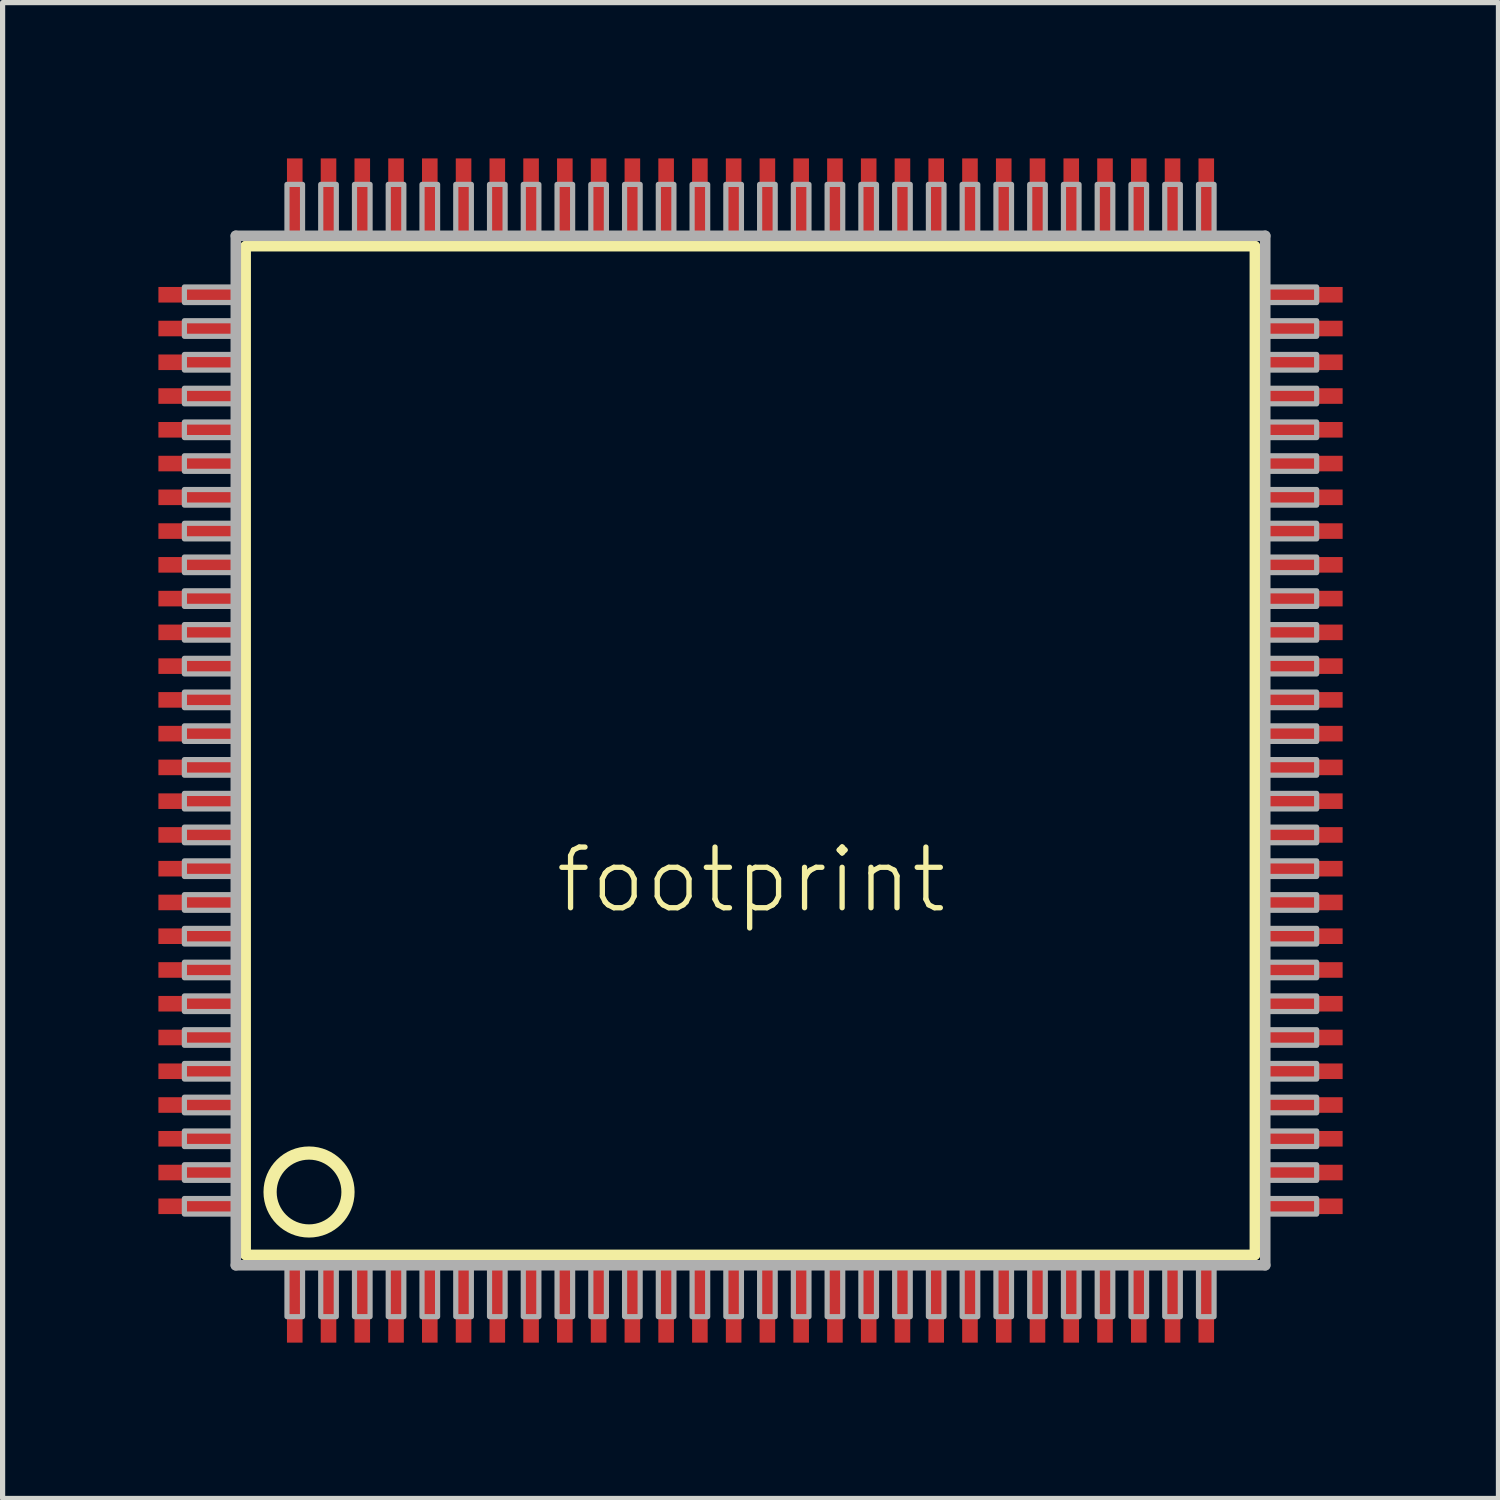
<source format=kicad_pcb>
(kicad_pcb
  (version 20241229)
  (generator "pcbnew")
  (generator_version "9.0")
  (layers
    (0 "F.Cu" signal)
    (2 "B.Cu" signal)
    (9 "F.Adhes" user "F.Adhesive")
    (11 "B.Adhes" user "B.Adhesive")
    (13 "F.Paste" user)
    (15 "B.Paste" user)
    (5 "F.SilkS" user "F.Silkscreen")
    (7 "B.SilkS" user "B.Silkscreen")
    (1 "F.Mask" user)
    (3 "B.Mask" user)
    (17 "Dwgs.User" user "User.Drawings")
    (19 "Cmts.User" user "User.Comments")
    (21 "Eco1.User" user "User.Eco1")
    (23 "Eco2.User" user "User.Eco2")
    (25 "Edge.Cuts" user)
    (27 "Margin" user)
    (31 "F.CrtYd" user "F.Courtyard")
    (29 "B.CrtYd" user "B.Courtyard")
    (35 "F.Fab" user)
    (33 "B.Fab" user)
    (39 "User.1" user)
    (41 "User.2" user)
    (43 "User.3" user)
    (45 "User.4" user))
  (footprint "footprint"
    (layer "F.Cu")
    (at 11.4 11.4)
    (property "Reference" "footprint" (at -3.81 3.175 0) (layer "F.SilkS") (effects (font (size 1.168 1.168) (thickness 0.102)) (justify left bottom)))
    (fp_line (start -9.72 -9.71) (end 9.71 -9.71) (stroke (width 0.203) (type solid)) (layer "F.SilkS"))
    (fp_line (start -9.72 9.71) (end -9.72 -9.71) (stroke (width 0.203) (type solid)) (layer "F.SilkS"))
    (fp_line (start 9.71 -9.71) (end 9.71 9.71) (stroke (width 0.203) (type solid)) (layer "F.SilkS"))
    (fp_line (start 9.71 9.71) (end -9.72 9.71) (stroke (width 0.203) (type solid)) (layer "F.SilkS"))
    (fp_circle (center -8.5 8.5) (end -7.75 8.5) (stroke (width 0.254) (type solid)) (fill no) (layer "F.SilkS"))
    (fp_line (start -9.91 -9.91) (end -9.91 9.91) (stroke (width 0.203) (type solid)) (layer "F.Fab"))
    (fp_line (start -9.91 9.91) (end 9.91 9.91) (stroke (width 0.203) (type solid)) (layer "F.Fab"))
    (fp_line (start 9.91 -9.91) (end -9.91 -9.91) (stroke (width 0.203) (type solid)) (layer "F.Fab"))
    (fp_line (start 9.91 9.91) (end 9.91 -9.91) (stroke (width 0.203) (type solid)) (layer "F.Fab"))
    (fp_poly (pts (xy -10.9 -8.925) (xy -10.9 -8.625) (xy -9.95 -8.625) (xy -9.95 -8.925)) (stroke (width 0.1) (type solid)) (fill no) (layer "F.Fab"))
    (fp_poly (pts (xy -10.9 -8.275) (xy -10.9 -7.975) (xy -9.95 -7.975) (xy -9.95 -8.275)) (stroke (width 0.1) (type solid)) (fill no) (layer "F.Fab"))
    (fp_poly (pts (xy -10.9 -7.625) (xy -10.9 -7.325) (xy -9.95 -7.325) (xy -9.95 -7.625)) (stroke (width 0.1) (type solid)) (fill no) (layer "F.Fab"))
    (fp_poly (pts (xy -10.9 -6.975) (xy -10.9 -6.675) (xy -9.95 -6.675) (xy -9.95 -6.975)) (stroke (width 0.1) (type solid)) (fill no) (layer "F.Fab"))
    (fp_poly (pts (xy -10.9 -6.325) (xy -10.9 -6.025) (xy -9.95 -6.025) (xy -9.95 -6.325)) (stroke (width 0.1) (type solid)) (fill no) (layer "F.Fab"))
    (fp_poly (pts (xy -10.9 -5.675) (xy -10.9 -5.375) (xy -9.95 -5.375) (xy -9.95 -5.675)) (stroke (width 0.1) (type solid)) (fill no) (layer "F.Fab"))
    (fp_poly (pts (xy -10.9 -5.025) (xy -10.9 -4.725) (xy -9.95 -4.725) (xy -9.95 -5.025)) (stroke (width 0.1) (type solid)) (fill no) (layer "F.Fab"))
    (fp_poly (pts (xy -10.9 -4.375) (xy -10.9 -4.075) (xy -9.95 -4.075) (xy -9.95 -4.375)) (stroke (width 0.1) (type solid)) (fill no) (layer "F.Fab"))
    (fp_poly (pts (xy -10.9 -3.725) (xy -10.9 -3.425) (xy -9.95 -3.425) (xy -9.95 -3.725)) (stroke (width 0.1) (type solid)) (fill no) (layer "F.Fab"))
    (fp_poly (pts (xy -10.9 -3.075) (xy -10.9 -2.775) (xy -9.95 -2.775) (xy -9.95 -3.075)) (stroke (width 0.1) (type solid)) (fill no) (layer "F.Fab"))
    (fp_poly (pts (xy -10.9 -2.425) (xy -10.9 -2.125) (xy -9.95 -2.125) (xy -9.95 -2.425)) (stroke (width 0.1) (type solid)) (fill no) (layer "F.Fab"))
    (fp_poly (pts (xy -10.9 -1.775) (xy -10.9 -1.475) (xy -9.95 -1.475) (xy -9.95 -1.775)) (stroke (width 0.1) (type solid)) (fill no) (layer "F.Fab"))
    (fp_poly (pts (xy -10.9 -1.125) (xy -10.9 -0.825) (xy -9.95 -0.825) (xy -9.95 -1.125)) (stroke (width 0.1) (type solid)) (fill no) (layer "F.Fab"))
    (fp_poly (pts (xy -10.9 -0.475) (xy -10.9 -0.175) (xy -9.95 -0.175) (xy -9.95 -0.475)) (stroke (width 0.1) (type solid)) (fill no) (layer "F.Fab"))
    (fp_poly (pts (xy -10.9 0.175) (xy -10.9 0.475) (xy -9.95 0.475) (xy -9.95 0.175)) (stroke (width 0.1) (type solid)) (fill no) (layer "F.Fab"))
    (fp_poly (pts (xy -10.9 0.825) (xy -10.9 1.125) (xy -9.95 1.125) (xy -9.95 0.825)) (stroke (width 0.1) (type solid)) (fill no) (layer "F.Fab"))
    (fp_poly (pts (xy -10.9 1.475) (xy -10.9 1.775) (xy -9.95 1.775) (xy -9.95 1.475)) (stroke (width 0.1) (type solid)) (fill no) (layer "F.Fab"))
    (fp_poly (pts (xy -10.9 2.125) (xy -10.9 2.425) (xy -9.95 2.425) (xy -9.95 2.125)) (stroke (width 0.1) (type solid)) (fill no) (layer "F.Fab"))
    (fp_poly (pts (xy -10.9 2.775) (xy -10.9 3.075) (xy -9.95 3.075) (xy -9.95 2.775)) (stroke (width 0.1) (type solid)) (fill no) (layer "F.Fab"))
    (fp_poly (pts (xy -10.9 3.425) (xy -10.9 3.725) (xy -9.95 3.725) (xy -9.95 3.425)) (stroke (width 0.1) (type solid)) (fill no) (layer "F.Fab"))
    (fp_poly (pts (xy -10.9 4.075) (xy -10.9 4.375) (xy -9.95 4.375) (xy -9.95 4.075)) (stroke (width 0.1) (type solid)) (fill no) (layer "F.Fab"))
    (fp_poly (pts (xy -10.9 4.725) (xy -10.9 5.025) (xy -9.95 5.025) (xy -9.95 4.725)) (stroke (width 0.1) (type solid)) (fill no) (layer "F.Fab"))
    (fp_poly (pts (xy -10.9 5.375) (xy -10.9 5.675) (xy -9.95 5.675) (xy -9.95 5.375)) (stroke (width 0.1) (type solid)) (fill no) (layer "F.Fab"))
    (fp_poly (pts (xy -10.9 6.025) (xy -10.9 6.325) (xy -9.95 6.325) (xy -9.95 6.025)) (stroke (width 0.1) (type solid)) (fill no) (layer "F.Fab"))
    (fp_poly (pts (xy -10.9 6.675) (xy -10.9 6.975) (xy -9.95 6.975) (xy -9.95 6.675)) (stroke (width 0.1) (type solid)) (fill no) (layer "F.Fab"))
    (fp_poly (pts (xy -10.9 7.325) (xy -10.9 7.625) (xy -9.95 7.625) (xy -9.95 7.325)) (stroke (width 0.1) (type solid)) (fill no) (layer "F.Fab"))
    (fp_poly (pts (xy -10.9 7.975) (xy -10.9 8.275) (xy -9.95 8.275) (xy -9.95 7.975)) (stroke (width 0.1) (type solid)) (fill no) (layer "F.Fab"))
    (fp_poly (pts (xy -10.9 8.625) (xy -10.9 8.925) (xy -9.95 8.925) (xy -9.95 8.625)) (stroke (width 0.1) (type solid)) (fill no) (layer "F.Fab"))
    (fp_poly (pts (xy -8.925 10.9) (xy -8.625 10.9) (xy -8.625 9.95) (xy -8.925 9.95)) (stroke (width 0.1) (type solid)) (fill no) (layer "F.Fab"))
    (fp_poly (pts (xy -8.625 -10.9) (xy -8.925 -10.9) (xy -8.925 -9.95) (xy -8.625 -9.95)) (stroke (width 0.1) (type solid)) (fill no) (layer "F.Fab"))
    (fp_poly (pts (xy -8.275 10.9) (xy -7.975 10.9) (xy -7.975 9.95) (xy -8.275 9.95)) (stroke (width 0.1) (type solid)) (fill no) (layer "F.Fab"))
    (fp_poly (pts (xy -7.975 -10.9) (xy -8.275 -10.9) (xy -8.275 -9.95) (xy -7.975 -9.95)) (stroke (width 0.1) (type solid)) (fill no) (layer "F.Fab"))
    (fp_poly (pts (xy -7.625 10.9) (xy -7.325 10.9) (xy -7.325 9.95) (xy -7.625 9.95)) (stroke (width 0.1) (type solid)) (fill no) (layer "F.Fab"))
    (fp_poly (pts (xy -7.325 -10.9) (xy -7.625 -10.9) (xy -7.625 -9.95) (xy -7.325 -9.95)) (stroke (width 0.1) (type solid)) (fill no) (layer "F.Fab"))
    (fp_poly (pts (xy -6.975 10.9) (xy -6.675 10.9) (xy -6.675 9.95) (xy -6.975 9.95)) (stroke (width 0.1) (type solid)) (fill no) (layer "F.Fab"))
    (fp_poly (pts (xy -6.675 -10.9) (xy -6.975 -10.9) (xy -6.975 -9.95) (xy -6.675 -9.95)) (stroke (width 0.1) (type solid)) (fill no) (layer "F.Fab"))
    (fp_poly (pts (xy -6.325 10.9) (xy -6.025 10.9) (xy -6.025 9.95) (xy -6.325 9.95)) (stroke (width 0.1) (type solid)) (fill no) (layer "F.Fab"))
    (fp_poly (pts (xy -6.025 -10.9) (xy -6.325 -10.9) (xy -6.325 -9.95) (xy -6.025 -9.95)) (stroke (width 0.1) (type solid)) (fill no) (layer "F.Fab"))
    (fp_poly (pts (xy -5.675 10.9) (xy -5.375 10.9) (xy -5.375 9.95) (xy -5.675 9.95)) (stroke (width 0.1) (type solid)) (fill no) (layer "F.Fab"))
    (fp_poly (pts (xy -5.375 -10.9) (xy -5.675 -10.9) (xy -5.675 -9.95) (xy -5.375 -9.95)) (stroke (width 0.1) (type solid)) (fill no) (layer "F.Fab"))
    (fp_poly (pts (xy -5.025 10.9) (xy -4.725 10.9) (xy -4.725 9.95) (xy -5.025 9.95)) (stroke (width 0.1) (type solid)) (fill no) (layer "F.Fab"))
    (fp_poly (pts (xy -4.725 -10.9) (xy -5.025 -10.9) (xy -5.025 -9.95) (xy -4.725 -9.95)) (stroke (width 0.1) (type solid)) (fill no) (layer "F.Fab"))
    (fp_poly (pts (xy -4.375 10.9) (xy -4.075 10.9) (xy -4.075 9.95) (xy -4.375 9.95)) (stroke (width 0.1) (type solid)) (fill no) (layer "F.Fab"))
    (fp_poly (pts (xy -4.075 -10.9) (xy -4.375 -10.9) (xy -4.375 -9.95) (xy -4.075 -9.95)) (stroke (width 0.1) (type solid)) (fill no) (layer "F.Fab"))
    (fp_poly (pts (xy -3.725 10.9) (xy -3.425 10.9) (xy -3.425 9.95) (xy -3.725 9.95)) (stroke (width 0.1) (type solid)) (fill no) (layer "F.Fab"))
    (fp_poly (pts (xy -3.425 -10.9) (xy -3.725 -10.9) (xy -3.725 -9.95) (xy -3.425 -9.95)) (stroke (width 0.1) (type solid)) (fill no) (layer "F.Fab"))
    (fp_poly (pts (xy -3.075 10.9) (xy -2.775 10.9) (xy -2.775 9.95) (xy -3.075 9.95)) (stroke (width 0.1) (type solid)) (fill no) (layer "F.Fab"))
    (fp_poly (pts (xy -2.775 -10.9) (xy -3.075 -10.9) (xy -3.075 -9.95) (xy -2.775 -9.95)) (stroke (width 0.1) (type solid)) (fill no) (layer "F.Fab"))
    (fp_poly (pts (xy -2.425 10.9) (xy -2.125 10.9) (xy -2.125 9.95) (xy -2.425 9.95)) (stroke (width 0.1) (type solid)) (fill no) (layer "F.Fab"))
    (fp_poly (pts (xy -2.125 -10.9) (xy -2.425 -10.9) (xy -2.425 -9.95) (xy -2.125 -9.95)) (stroke (width 0.1) (type solid)) (fill no) (layer "F.Fab"))
    (fp_poly (pts (xy -1.775 10.9) (xy -1.475 10.9) (xy -1.475 9.95) (xy -1.775 9.95)) (stroke (width 0.1) (type solid)) (fill no) (layer "F.Fab"))
    (fp_poly (pts (xy -1.475 -10.9) (xy -1.775 -10.9) (xy -1.775 -9.95) (xy -1.475 -9.95)) (stroke (width 0.1) (type solid)) (fill no) (layer "F.Fab"))
    (fp_poly (pts (xy -1.125 10.9) (xy -0.825 10.9) (xy -0.825 9.95) (xy -1.125 9.95)) (stroke (width 0.1) (type solid)) (fill no) (layer "F.Fab"))
    (fp_poly (pts (xy -0.825 -10.9) (xy -1.125 -10.9) (xy -1.125 -9.95) (xy -0.825 -9.95)) (stroke (width 0.1) (type solid)) (fill no) (layer "F.Fab"))
    (fp_poly (pts (xy -0.475 10.9) (xy -0.175 10.9) (xy -0.175 9.95) (xy -0.475 9.95)) (stroke (width 0.1) (type solid)) (fill no) (layer "F.Fab"))
    (fp_poly (pts (xy -0.175 -10.9) (xy -0.475 -10.9) (xy -0.475 -9.95) (xy -0.175 -9.95)) (stroke (width 0.1) (type solid)) (fill no) (layer "F.Fab"))
    (fp_poly (pts (xy 0.175 10.9) (xy 0.475 10.9) (xy 0.475 9.95) (xy 0.175 9.95)) (stroke (width 0.1) (type solid)) (fill no) (layer "F.Fab"))
    (fp_poly (pts (xy 0.475 -10.9) (xy 0.175 -10.9) (xy 0.175 -9.95) (xy 0.475 -9.95)) (stroke (width 0.1) (type solid)) (fill no) (layer "F.Fab"))
    (fp_poly (pts (xy 0.825 10.9) (xy 1.125 10.9) (xy 1.125 9.95) (xy 0.825 9.95)) (stroke (width 0.1) (type solid)) (fill no) (layer "F.Fab"))
    (fp_poly (pts (xy 1.125 -10.9) (xy 0.825 -10.9) (xy 0.825 -9.95) (xy 1.125 -9.95)) (stroke (width 0.1) (type solid)) (fill no) (layer "F.Fab"))
    (fp_poly (pts (xy 1.475 10.9) (xy 1.775 10.9) (xy 1.775 9.95) (xy 1.475 9.95)) (stroke (width 0.1) (type solid)) (fill no) (layer "F.Fab"))
    (fp_poly (pts (xy 1.775 -10.9) (xy 1.475 -10.9) (xy 1.475 -9.95) (xy 1.775 -9.95)) (stroke (width 0.1) (type solid)) (fill no) (layer "F.Fab"))
    (fp_poly (pts (xy 2.125 10.9) (xy 2.425 10.9) (xy 2.425 9.95) (xy 2.125 9.95)) (stroke (width 0.1) (type solid)) (fill no) (layer "F.Fab"))
    (fp_poly (pts (xy 2.425 -10.9) (xy 2.125 -10.9) (xy 2.125 -9.95) (xy 2.425 -9.95)) (stroke (width 0.1) (type solid)) (fill no) (layer "F.Fab"))
    (fp_poly (pts (xy 2.775 10.9) (xy 3.075 10.9) (xy 3.075 9.95) (xy 2.775 9.95)) (stroke (width 0.1) (type solid)) (fill no) (layer "F.Fab"))
    (fp_poly (pts (xy 3.075 -10.9) (xy 2.775 -10.9) (xy 2.775 -9.95) (xy 3.075 -9.95)) (stroke (width 0.1) (type solid)) (fill no) (layer "F.Fab"))
    (fp_poly (pts (xy 3.425 10.9) (xy 3.725 10.9) (xy 3.725 9.95) (xy 3.425 9.95)) (stroke (width 0.1) (type solid)) (fill no) (layer "F.Fab"))
    (fp_poly (pts (xy 3.725 -10.9) (xy 3.425 -10.9) (xy 3.425 -9.95) (xy 3.725 -9.95)) (stroke (width 0.1) (type solid)) (fill no) (layer "F.Fab"))
    (fp_poly (pts (xy 4.075 10.9) (xy 4.375 10.9) (xy 4.375 9.95) (xy 4.075 9.95)) (stroke (width 0.1) (type solid)) (fill no) (layer "F.Fab"))
    (fp_poly (pts (xy 4.375 -10.9) (xy 4.075 -10.9) (xy 4.075 -9.95) (xy 4.375 -9.95)) (stroke (width 0.1) (type solid)) (fill no) (layer "F.Fab"))
    (fp_poly (pts (xy 4.725 10.9) (xy 5.025 10.9) (xy 5.025 9.95) (xy 4.725 9.95)) (stroke (width 0.1) (type solid)) (fill no) (layer "F.Fab"))
    (fp_poly (pts (xy 5.025 -10.9) (xy 4.725 -10.9) (xy 4.725 -9.95) (xy 5.025 -9.95)) (stroke (width 0.1) (type solid)) (fill no) (layer "F.Fab"))
    (fp_poly (pts (xy 5.375 10.9) (xy 5.675 10.9) (xy 5.675 9.95) (xy 5.375 9.95)) (stroke (width 0.1) (type solid)) (fill no) (layer "F.Fab"))
    (fp_poly (pts (xy 5.675 -10.9) (xy 5.375 -10.9) (xy 5.375 -9.95) (xy 5.675 -9.95)) (stroke (width 0.1) (type solid)) (fill no) (layer "F.Fab"))
    (fp_poly (pts (xy 6.025 10.9) (xy 6.325 10.9) (xy 6.325 9.95) (xy 6.025 9.95)) (stroke (width 0.1) (type solid)) (fill no) (layer "F.Fab"))
    (fp_poly (pts (xy 6.325 -10.9) (xy 6.025 -10.9) (xy 6.025 -9.95) (xy 6.325 -9.95)) (stroke (width 0.1) (type solid)) (fill no) (layer "F.Fab"))
    (fp_poly (pts (xy 6.675 10.9) (xy 6.975 10.9) (xy 6.975 9.95) (xy 6.675 9.95)) (stroke (width 0.1) (type solid)) (fill no) (layer "F.Fab"))
    (fp_poly (pts (xy 6.975 -10.9) (xy 6.675 -10.9) (xy 6.675 -9.95) (xy 6.975 -9.95)) (stroke (width 0.1) (type solid)) (fill no) (layer "F.Fab"))
    (fp_poly (pts (xy 7.325 10.9) (xy 7.625 10.9) (xy 7.625 9.95) (xy 7.325 9.95)) (stroke (width 0.1) (type solid)) (fill no) (layer "F.Fab"))
    (fp_poly (pts (xy 7.625 -10.9) (xy 7.325 -10.9) (xy 7.325 -9.95) (xy 7.625 -9.95)) (stroke (width 0.1) (type solid)) (fill no) (layer "F.Fab"))
    (fp_poly (pts (xy 7.975 10.9) (xy 8.275 10.9) (xy 8.275 9.95) (xy 7.975 9.95)) (stroke (width 0.1) (type solid)) (fill no) (layer "F.Fab"))
    (fp_poly (pts (xy 8.275 -10.9) (xy 7.975 -10.9) (xy 7.975 -9.95) (xy 8.275 -9.95)) (stroke (width 0.1) (type solid)) (fill no) (layer "F.Fab"))
    (fp_poly (pts (xy 8.625 10.9) (xy 8.925 10.9) (xy 8.925 9.95) (xy 8.625 9.95)) (stroke (width 0.1) (type solid)) (fill no) (layer "F.Fab"))
    (fp_poly (pts (xy 8.925 -10.9) (xy 8.625 -10.9) (xy 8.625 -9.95) (xy 8.925 -9.95)) (stroke (width 0.1) (type solid)) (fill no) (layer "F.Fab"))
    (fp_poly (pts (xy 10.9 -8.625) (xy 10.9 -8.925) (xy 9.95 -8.925) (xy 9.95 -8.625)) (stroke (width 0.1) (type solid)) (fill no) (layer "F.Fab"))
    (fp_poly (pts (xy 10.9 -7.975) (xy 10.9 -8.275) (xy 9.95 -8.275) (xy 9.95 -7.975)) (stroke (width 0.1) (type solid)) (fill no) (layer "F.Fab"))
    (fp_poly (pts (xy 10.9 -7.325) (xy 10.9 -7.625) (xy 9.95 -7.625) (xy 9.95 -7.325)) (stroke (width 0.1) (type solid)) (fill no) (layer "F.Fab"))
    (fp_poly (pts (xy 10.9 -6.675) (xy 10.9 -6.975) (xy 9.95 -6.975) (xy 9.95 -6.675)) (stroke (width 0.1) (type solid)) (fill no) (layer "F.Fab"))
    (fp_poly (pts (xy 10.9 -6.025) (xy 10.9 -6.325) (xy 9.95 -6.325) (xy 9.95 -6.025)) (stroke (width 0.1) (type solid)) (fill no) (layer "F.Fab"))
    (fp_poly (pts (xy 10.9 -5.375) (xy 10.9 -5.675) (xy 9.95 -5.675) (xy 9.95 -5.375)) (stroke (width 0.1) (type solid)) (fill no) (layer "F.Fab"))
    (fp_poly (pts (xy 10.9 -4.725) (xy 10.9 -5.025) (xy 9.95 -5.025) (xy 9.95 -4.725)) (stroke (width 0.1) (type solid)) (fill no) (layer "F.Fab"))
    (fp_poly (pts (xy 10.9 -4.075) (xy 10.9 -4.375) (xy 9.95 -4.375) (xy 9.95 -4.075)) (stroke (width 0.1) (type solid)) (fill no) (layer "F.Fab"))
    (fp_poly (pts (xy 10.9 -3.425) (xy 10.9 -3.725) (xy 9.95 -3.725) (xy 9.95 -3.425)) (stroke (width 0.1) (type solid)) (fill no) (layer "F.Fab"))
    (fp_poly (pts (xy 10.9 -2.775) (xy 10.9 -3.075) (xy 9.95 -3.075) (xy 9.95 -2.775)) (stroke (width 0.1) (type solid)) (fill no) (layer "F.Fab"))
    (fp_poly (pts (xy 10.9 -2.125) (xy 10.9 -2.425) (xy 9.95 -2.425) (xy 9.95 -2.125)) (stroke (width 0.1) (type solid)) (fill no) (layer "F.Fab"))
    (fp_poly (pts (xy 10.9 -1.475) (xy 10.9 -1.775) (xy 9.95 -1.775) (xy 9.95 -1.475)) (stroke (width 0.1) (type solid)) (fill no) (layer "F.Fab"))
    (fp_poly (pts (xy 10.9 -0.825) (xy 10.9 -1.125) (xy 9.95 -1.125) (xy 9.95 -0.825)) (stroke (width 0.1) (type solid)) (fill no) (layer "F.Fab"))
    (fp_poly (pts (xy 10.9 -0.175) (xy 10.9 -0.475) (xy 9.95 -0.475) (xy 9.95 -0.175)) (stroke (width 0.1) (type solid)) (fill no) (layer "F.Fab"))
    (fp_poly (pts (xy 10.9 0.475) (xy 10.9 0.175) (xy 9.95 0.175) (xy 9.95 0.475)) (stroke (width 0.1) (type solid)) (fill no) (layer "F.Fab"))
    (fp_poly (pts (xy 10.9 1.125) (xy 10.9 0.825) (xy 9.95 0.825) (xy 9.95 1.125)) (stroke (width 0.1) (type solid)) (fill no) (layer "F.Fab"))
    (fp_poly (pts (xy 10.9 1.775) (xy 10.9 1.475) (xy 9.95 1.475) (xy 9.95 1.775)) (stroke (width 0.1) (type solid)) (fill no) (layer "F.Fab"))
    (fp_poly (pts (xy 10.9 2.425) (xy 10.9 2.125) (xy 9.95 2.125) (xy 9.95 2.425)) (stroke (width 0.1) (type solid)) (fill no) (layer "F.Fab"))
    (fp_poly (pts (xy 10.9 3.075) (xy 10.9 2.775) (xy 9.95 2.775) (xy 9.95 3.075)) (stroke (width 0.1) (type solid)) (fill no) (layer "F.Fab"))
    (fp_poly (pts (xy 10.9 3.725) (xy 10.9 3.425) (xy 9.95 3.425) (xy 9.95 3.725)) (stroke (width 0.1) (type solid)) (fill no) (layer "F.Fab"))
    (fp_poly (pts (xy 10.9 4.375) (xy 10.9 4.075) (xy 9.95 4.075) (xy 9.95 4.375)) (stroke (width 0.1) (type solid)) (fill no) (layer "F.Fab"))
    (fp_poly (pts (xy 10.9 5.025) (xy 10.9 4.725) (xy 9.95 4.725) (xy 9.95 5.025)) (stroke (width 0.1) (type solid)) (fill no) (layer "F.Fab"))
    (fp_poly (pts (xy 10.9 5.675) (xy 10.9 5.375) (xy 9.95 5.375) (xy 9.95 5.675)) (stroke (width 0.1) (type solid)) (fill no) (layer "F.Fab"))
    (fp_poly (pts (xy 10.9 6.325) (xy 10.9 6.025) (xy 9.95 6.025) (xy 9.95 6.325)) (stroke (width 0.1) (type solid)) (fill no) (layer "F.Fab"))
    (fp_poly (pts (xy 10.9 6.975) (xy 10.9 6.675) (xy 9.95 6.675) (xy 9.95 6.975)) (stroke (width 0.1) (type solid)) (fill no) (layer "F.Fab"))
    (fp_poly (pts (xy 10.9 7.625) (xy 10.9 7.325) (xy 9.95 7.325) (xy 9.95 7.625)) (stroke (width 0.1) (type solid)) (fill no) (layer "F.Fab"))
    (fp_poly (pts (xy 10.9 8.275) (xy 10.9 7.975) (xy 9.95 7.975) (xy 9.95 8.275)) (stroke (width 0.1) (type solid)) (fill no) (layer "F.Fab"))
    (fp_poly (pts (xy 10.9 8.925) (xy 10.9 8.625) (xy 9.95 8.625) (xy 9.95 8.925)) (stroke (width 0.1) (type solid)) (fill no) (layer "F.Fab"))
    (pad "1" smd rect (at -8.775 10.6) (size 0.3 1.6) (layers "F.Cu" "F.Mask" "F.Paste"))
    (pad "2" smd rect (at -8.125 10.6) (size 0.3 1.6) (layers "F.Cu" "F.Mask" "F.Paste"))
    (pad "3" smd rect (at -7.475 10.6) (size 0.3 1.6) (layers "F.Cu" "F.Mask" "F.Paste"))
    (pad "4" smd rect (at -6.825 10.6) (size 0.3 1.6) (layers "F.Cu" "F.Mask" "F.Paste"))
    (pad "5" smd rect (at -6.175 10.6) (size 0.3 1.6) (layers "F.Cu" "F.Mask" "F.Paste"))
    (pad "6" smd rect (at -5.525 10.6) (size 0.3 1.6) (layers "F.Cu" "F.Mask" "F.Paste"))
    (pad "7" smd rect (at -4.875 10.6) (size 0.3 1.6) (layers "F.Cu" "F.Mask" "F.Paste"))
    (pad "8" smd rect (at -4.225 10.6) (size 0.3 1.6) (layers "F.Cu" "F.Mask" "F.Paste"))
    (pad "9" smd rect (at -3.575 10.6) (size 0.3 1.6) (layers "F.Cu" "F.Mask" "F.Paste"))
    (pad "10" smd rect (at -2.925 10.6) (size 0.3 1.6) (layers "F.Cu" "F.Mask" "F.Paste"))
    (pad "11" smd rect (at -2.275 10.6) (size 0.3 1.6) (layers "F.Cu" "F.Mask" "F.Paste"))
    (pad "12" smd rect (at -1.625 10.6) (size 0.3 1.6) (layers "F.Cu" "F.Mask" "F.Paste"))
    (pad "13" smd rect (at -0.975 10.6) (size 0.3 1.6) (layers "F.Cu" "F.Mask" "F.Paste"))
    (pad "14" smd rect (at -0.325 10.6) (size 0.3 1.6) (layers "F.Cu" "F.Mask" "F.Paste"))
    (pad "15" smd rect (at 0.325 10.6) (size 0.3 1.6) (layers "F.Cu" "F.Mask" "F.Paste"))
    (pad "16" smd rect (at 0.975 10.6) (size 0.3 1.6) (layers "F.Cu" "F.Mask" "F.Paste"))
    (pad "17" smd rect (at 1.625 10.6) (size 0.3 1.6) (layers "F.Cu" "F.Mask" "F.Paste"))
    (pad "18" smd rect (at 2.275 10.6) (size 0.3 1.6) (layers "F.Cu" "F.Mask" "F.Paste"))
    (pad "19" smd rect (at 2.925 10.6) (size 0.3 1.6) (layers "F.Cu" "F.Mask" "F.Paste"))
    (pad "20" smd rect (at 3.575 10.6) (size 0.3 1.6) (layers "F.Cu" "F.Mask" "F.Paste"))
    (pad "21" smd rect (at 4.225 10.6) (size 0.3 1.6) (layers "F.Cu" "F.Mask" "F.Paste"))
    (pad "22" smd rect (at 4.875 10.6) (size 0.3 1.6) (layers "F.Cu" "F.Mask" "F.Paste"))
    (pad "23" smd rect (at 5.525 10.6) (size 0.3 1.6) (layers "F.Cu" "F.Mask" "F.Paste"))
    (pad "24" smd rect (at 6.175 10.6) (size 0.3 1.6) (layers "F.Cu" "F.Mask" "F.Paste"))
    (pad "25" smd rect (at 6.825 10.6) (size 0.3 1.6) (layers "F.Cu" "F.Mask" "F.Paste"))
    (pad "26" smd rect (at 7.475 10.6) (size 0.3 1.6) (layers "F.Cu" "F.Mask" "F.Paste"))
    (pad "27" smd rect (at 8.125 10.6) (size 0.3 1.6) (layers "F.Cu" "F.Mask" "F.Paste"))
    (pad "28" smd rect (at 8.775 10.6) (size 0.3 1.6) (layers "F.Cu" "F.Mask" "F.Paste"))
    (pad "29" smd rect (at 10.6 8.775 90) (size 0.3 1.6) (layers "F.Cu" "F.Mask" "F.Paste"))
    (pad "30" smd rect (at 10.6 8.125 90) (size 0.3 1.6) (layers "F.Cu" "F.Mask" "F.Paste"))
    (pad "31" smd rect (at 10.6 7.475 90) (size 0.3 1.6) (layers "F.Cu" "F.Mask" "F.Paste"))
    (pad "32" smd rect (at 10.6 6.825 90) (size 0.3 1.6) (layers "F.Cu" "F.Mask" "F.Paste"))
    (pad "33" smd rect (at 10.6 6.175 90) (size 0.3 1.6) (layers "F.Cu" "F.Mask" "F.Paste"))
    (pad "34" smd rect (at 10.6 5.525 90) (size 0.3 1.6) (layers "F.Cu" "F.Mask" "F.Paste"))
    (pad "35" smd rect (at 10.6 4.875 90) (size 0.3 1.6) (layers "F.Cu" "F.Mask" "F.Paste"))
    (pad "36" smd rect (at 10.6 4.225 90) (size 0.3 1.6) (layers "F.Cu" "F.Mask" "F.Paste"))
    (pad "37" smd rect (at 10.6 3.575 90) (size 0.3 1.6) (layers "F.Cu" "F.Mask" "F.Paste"))
    (pad "38" smd rect (at 10.6 2.925 90) (size 0.3 1.6) (layers "F.Cu" "F.Mask" "F.Paste"))
    (pad "39" smd rect (at 10.6 2.275 90) (size 0.3 1.6) (layers "F.Cu" "F.Mask" "F.Paste"))
    (pad "40" smd rect (at 10.6 1.625 90) (size 0.3 1.6) (layers "F.Cu" "F.Mask" "F.Paste"))
    (pad "41" smd rect (at 10.6 0.975 90) (size 0.3 1.6) (layers "F.Cu" "F.Mask" "F.Paste"))
    (pad "42" smd rect (at 10.6 0.325 90) (size 0.3 1.6) (layers "F.Cu" "F.Mask" "F.Paste"))
    (pad "43" smd rect (at 10.6 -0.325 90) (size 0.3 1.6) (layers "F.Cu" "F.Mask" "F.Paste"))
    (pad "44" smd rect (at 10.6 -0.975 90) (size 0.3 1.6) (layers "F.Cu" "F.Mask" "F.Paste"))
    (pad "45" smd rect (at 10.6 -1.625 90) (size 0.3 1.6) (layers "F.Cu" "F.Mask" "F.Paste"))
    (pad "46" smd rect (at 10.6 -2.275 90) (size 0.3 1.6) (layers "F.Cu" "F.Mask" "F.Paste"))
    (pad "47" smd rect (at 10.6 -2.925 90) (size 0.3 1.6) (layers "F.Cu" "F.Mask" "F.Paste"))
    (pad "48" smd rect (at 10.6 -3.575 90) (size 0.3 1.6) (layers "F.Cu" "F.Mask" "F.Paste"))
    (pad "49" smd rect (at 10.6 -4.225 90) (size 0.3 1.6) (layers "F.Cu" "F.Mask" "F.Paste"))
    (pad "50" smd rect (at 10.6 -4.875 90) (size 0.3 1.6) (layers "F.Cu" "F.Mask" "F.Paste"))
    (pad "51" smd rect (at 10.6 -5.525 90) (size 0.3 1.6) (layers "F.Cu" "F.Mask" "F.Paste"))
    (pad "52" smd rect (at 10.6 -6.175 90) (size 0.3 1.6) (layers "F.Cu" "F.Mask" "F.Paste"))
    (pad "53" smd rect (at 10.6 -6.825 90) (size 0.3 1.6) (layers "F.Cu" "F.Mask" "F.Paste"))
    (pad "54" smd rect (at 10.6 -7.475 90) (size 0.3 1.6) (layers "F.Cu" "F.Mask" "F.Paste"))
    (pad "55" smd rect (at 10.6 -8.125 90) (size 0.3 1.6) (layers "F.Cu" "F.Mask" "F.Paste"))
    (pad "56" smd rect (at 10.6 -8.775 90) (size 0.3 1.6) (layers "F.Cu" "F.Mask" "F.Paste"))
    (pad "57" smd rect (at 8.775 -10.6 180) (size 0.3 1.6) (layers "F.Cu" "F.Mask" "F.Paste"))
    (pad "58" smd rect (at 8.125 -10.6 180) (size 0.3 1.6) (layers "F.Cu" "F.Mask" "F.Paste"))
    (pad "59" smd rect (at 7.475 -10.6 180) (size 0.3 1.6) (layers "F.Cu" "F.Mask" "F.Paste"))
    (pad "60" smd rect (at 6.825 -10.6 180) (size 0.3 1.6) (layers "F.Cu" "F.Mask" "F.Paste"))
    (pad "61" smd rect (at 6.175 -10.6 180) (size 0.3 1.6) (layers "F.Cu" "F.Mask" "F.Paste"))
    (pad "62" smd rect (at 5.525 -10.6 180) (size 0.3 1.6) (layers "F.Cu" "F.Mask" "F.Paste"))
    (pad "63" smd rect (at 4.875 -10.6 180) (size 0.3 1.6) (layers "F.Cu" "F.Mask" "F.Paste"))
    (pad "64" smd rect (at 4.225 -10.6 180) (size 0.3 1.6) (layers "F.Cu" "F.Mask" "F.Paste"))
    (pad "65" smd rect (at 3.575 -10.6 180) (size 0.3 1.6) (layers "F.Cu" "F.Mask" "F.Paste"))
    (pad "66" smd rect (at 2.925 -10.6 180) (size 0.3 1.6) (layers "F.Cu" "F.Mask" "F.Paste"))
    (pad "67" smd rect (at 2.275 -10.6 180) (size 0.3 1.6) (layers "F.Cu" "F.Mask" "F.Paste"))
    (pad "68" smd rect (at 1.625 -10.6 180) (size 0.3 1.6) (layers "F.Cu" "F.Mask" "F.Paste"))
    (pad "69" smd rect (at 0.975 -10.6 180) (size 0.3 1.6) (layers "F.Cu" "F.Mask" "F.Paste"))
    (pad "70" smd rect (at 0.325 -10.6 180) (size 0.3 1.6) (layers "F.Cu" "F.Mask" "F.Paste"))
    (pad "71" smd rect (at -0.325 -10.6 180) (size 0.3 1.6) (layers "F.Cu" "F.Mask" "F.Paste"))
    (pad "72" smd rect (at -0.975 -10.6 180) (size 0.3 1.6) (layers "F.Cu" "F.Mask" "F.Paste"))
    (pad "73" smd rect (at -1.625 -10.6 180) (size 0.3 1.6) (layers "F.Cu" "F.Mask" "F.Paste"))
    (pad "74" smd rect (at -2.275 -10.6 180) (size 0.3 1.6) (layers "F.Cu" "F.Mask" "F.Paste"))
    (pad "75" smd rect (at -2.925 -10.6 180) (size 0.3 1.6) (layers "F.Cu" "F.Mask" "F.Paste"))
    (pad "76" smd rect (at -3.575 -10.6 180) (size 0.3 1.6) (layers "F.Cu" "F.Mask" "F.Paste"))
    (pad "77" smd rect (at -4.225 -10.6 180) (size 0.3 1.6) (layers "F.Cu" "F.Mask" "F.Paste"))
    (pad "78" smd rect (at -4.875 -10.6 180) (size 0.3 1.6) (layers "F.Cu" "F.Mask" "F.Paste"))
    (pad "79" smd rect (at -5.525 -10.6 180) (size 0.3 1.6) (layers "F.Cu" "F.Mask" "F.Paste"))
    (pad "80" smd rect (at -6.175 -10.6 180) (size 0.3 1.6) (layers "F.Cu" "F.Mask" "F.Paste"))
    (pad "81" smd rect (at -6.825 -10.6 180) (size 0.3 1.6) (layers "F.Cu" "F.Mask" "F.Paste"))
    (pad "82" smd rect (at -7.475 -10.6 180) (size 0.3 1.6) (layers "F.Cu" "F.Mask" "F.Paste"))
    (pad "83" smd rect (at -8.125 -10.6 180) (size 0.3 1.6) (layers "F.Cu" "F.Mask" "F.Paste"))
    (pad "84" smd rect (at -8.775 -10.6 180) (size 0.3 1.6) (layers "F.Cu" "F.Mask" "F.Paste"))
    (pad "85" smd rect (at -10.6 -8.775 270) (size 0.3 1.6) (layers "F.Cu" "F.Mask" "F.Paste"))
    (pad "86" smd rect (at -10.6 -8.125 270) (size 0.3 1.6) (layers "F.Cu" "F.Mask" "F.Paste"))
    (pad "87" smd rect (at -10.6 -7.475 270) (size 0.3 1.6) (layers "F.Cu" "F.Mask" "F.Paste"))
    (pad "88" smd rect (at -10.6 -6.825 270) (size 0.3 1.6) (layers "F.Cu" "F.Mask" "F.Paste"))
    (pad "89" smd rect (at -10.6 -6.175 270) (size 0.3 1.6) (layers "F.Cu" "F.Mask" "F.Paste"))
    (pad "90" smd rect (at -10.6 -5.525 270) (size 0.3 1.6) (layers "F.Cu" "F.Mask" "F.Paste"))
    (pad "91" smd rect (at -10.6 -4.875 270) (size 0.3 1.6) (layers "F.Cu" "F.Mask" "F.Paste"))
    (pad "92" smd rect (at -10.6 -4.225 270) (size 0.3 1.6) (layers "F.Cu" "F.Mask" "F.Paste"))
    (pad "93" smd rect (at -10.6 -3.575 270) (size 0.3 1.6) (layers "F.Cu" "F.Mask" "F.Paste"))
    (pad "94" smd rect (at -10.6 -2.925 270) (size 0.3 1.6) (layers "F.Cu" "F.Mask" "F.Paste"))
    (pad "95" smd rect (at -10.6 -2.275 270) (size 0.3 1.6) (layers "F.Cu" "F.Mask" "F.Paste"))
    (pad "96" smd rect (at -10.6 -1.625 270) (size 0.3 1.6) (layers "F.Cu" "F.Mask" "F.Paste"))
    (pad "97" smd rect (at -10.6 -0.975 270) (size 0.3 1.6) (layers "F.Cu" "F.Mask" "F.Paste"))
    (pad "98" smd rect (at -10.6 -0.325 270) (size 0.3 1.6) (layers "F.Cu" "F.Mask" "F.Paste"))
    (pad "99" smd rect (at -10.6 0.325 270) (size 0.3 1.6) (layers "F.Cu" "F.Mask" "F.Paste"))
    (pad "100" smd rect (at -10.6 0.975 270) (size 0.3 1.6) (layers "F.Cu" "F.Mask" "F.Paste"))
    (pad "101" smd rect (at -10.6 1.625 270) (size 0.3 1.6) (layers "F.Cu" "F.Mask" "F.Paste"))
    (pad "102" smd rect (at -10.6 2.275 270) (size 0.3 1.6) (layers "F.Cu" "F.Mask" "F.Paste"))
    (pad "103" smd rect (at -10.6 2.925 270) (size 0.3 1.6) (layers "F.Cu" "F.Mask" "F.Paste"))
    (pad "104" smd rect (at -10.6 3.575 270) (size 0.3 1.6) (layers "F.Cu" "F.Mask" "F.Paste"))
    (pad "105" smd rect (at -10.6 4.225 270) (size 0.3 1.6) (layers "F.Cu" "F.Mask" "F.Paste"))
    (pad "106" smd rect (at -10.6 4.875 270) (size 0.3 1.6) (layers "F.Cu" "F.Mask" "F.Paste"))
    (pad "107" smd rect (at -10.6 5.525 270) (size 0.3 1.6) (layers "F.Cu" "F.Mask" "F.Paste"))
    (pad "108" smd rect (at -10.6 6.175 270) (size 0.3 1.6) (layers "F.Cu" "F.Mask" "F.Paste"))
    (pad "109" smd rect (at -10.6 6.825 270) (size 0.3 1.6) (layers "F.Cu" "F.Mask" "F.Paste"))
    (pad "110" smd rect (at -10.6 7.475 270) (size 0.3 1.6) (layers "F.Cu" "F.Mask" "F.Paste"))
    (pad "111" smd rect (at -10.6 8.125 270) (size 0.3 1.6) (layers "F.Cu" "F.Mask" "F.Paste"))
    (pad "112" smd rect (at -10.6 8.775 270) (size 0.3 1.6) (layers "F.Cu" "F.Mask" "F.Paste")))
  (gr_rect
    (start -3 -3)
    (end 25.8 25.8)
    (stroke (width 0.1) (type default))
    (fill no)
    (layer "Edge.Cuts")))
</source>
